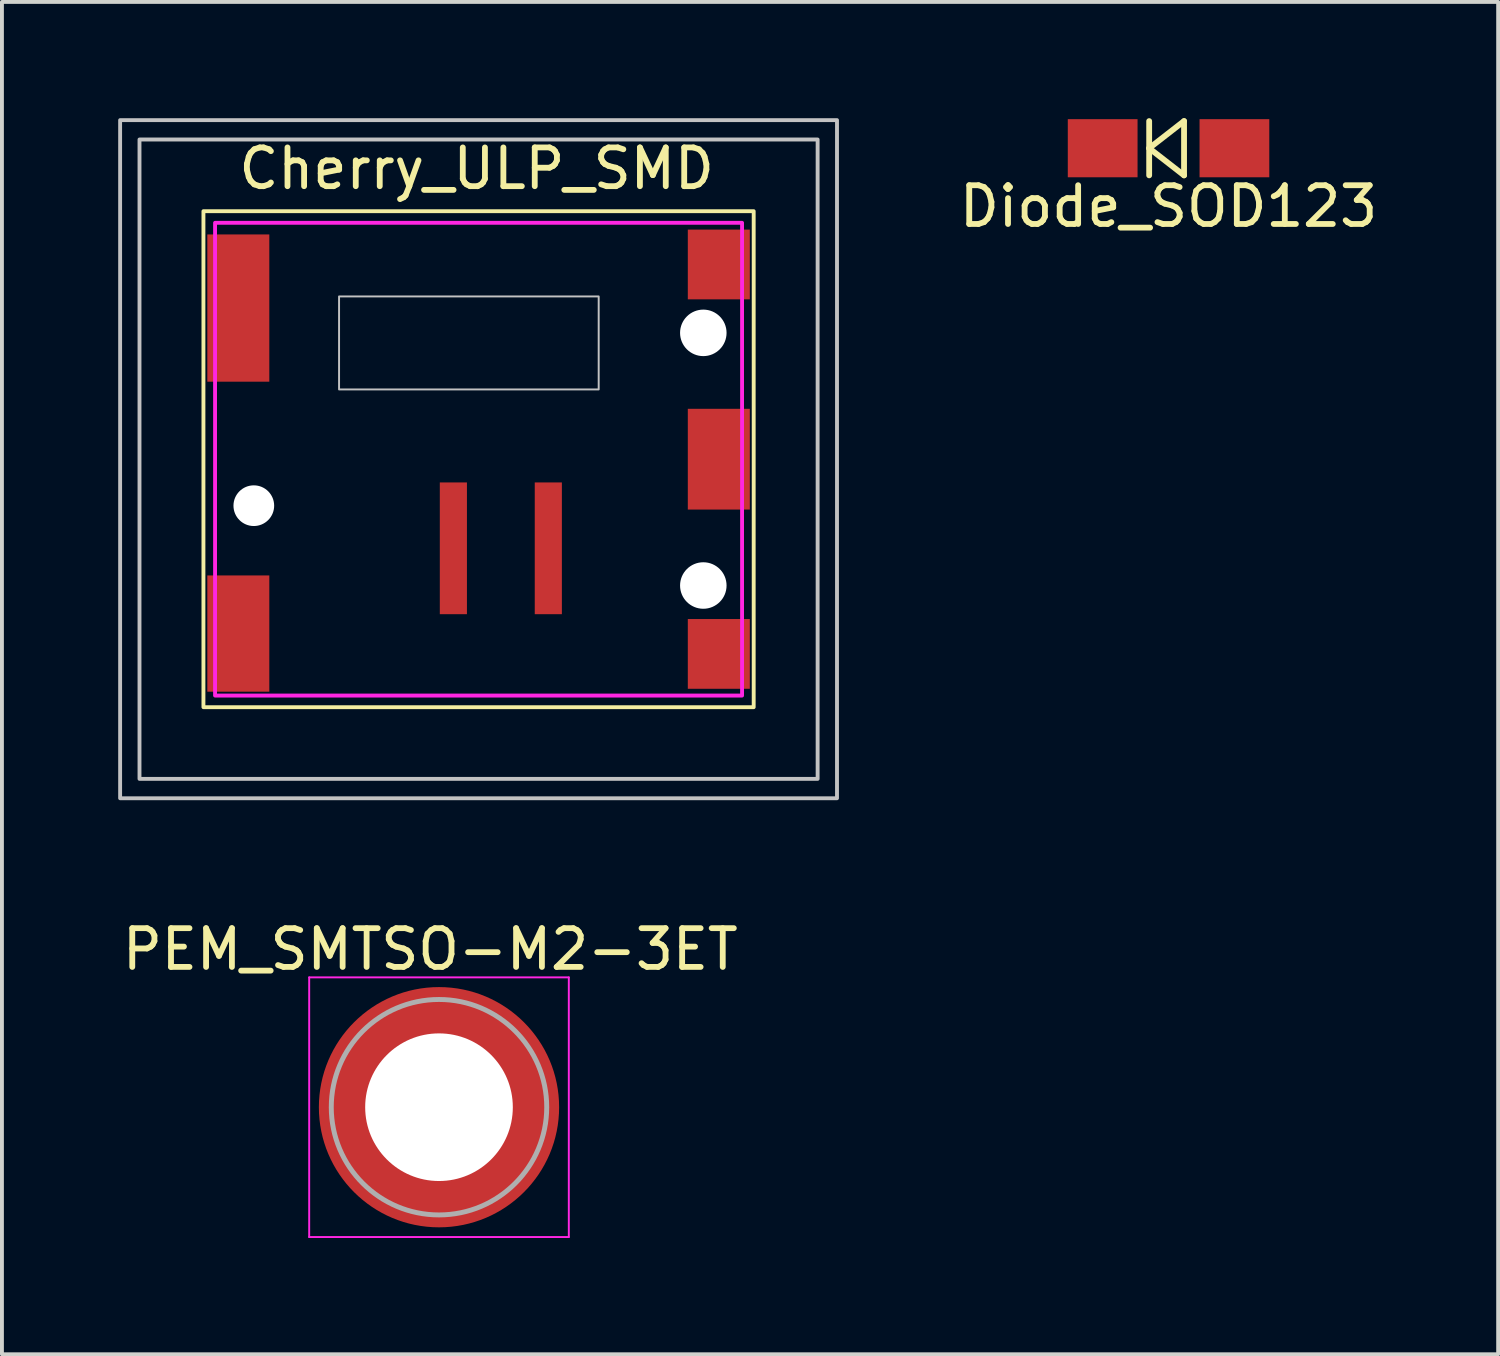
<source format=kicad_pcb>
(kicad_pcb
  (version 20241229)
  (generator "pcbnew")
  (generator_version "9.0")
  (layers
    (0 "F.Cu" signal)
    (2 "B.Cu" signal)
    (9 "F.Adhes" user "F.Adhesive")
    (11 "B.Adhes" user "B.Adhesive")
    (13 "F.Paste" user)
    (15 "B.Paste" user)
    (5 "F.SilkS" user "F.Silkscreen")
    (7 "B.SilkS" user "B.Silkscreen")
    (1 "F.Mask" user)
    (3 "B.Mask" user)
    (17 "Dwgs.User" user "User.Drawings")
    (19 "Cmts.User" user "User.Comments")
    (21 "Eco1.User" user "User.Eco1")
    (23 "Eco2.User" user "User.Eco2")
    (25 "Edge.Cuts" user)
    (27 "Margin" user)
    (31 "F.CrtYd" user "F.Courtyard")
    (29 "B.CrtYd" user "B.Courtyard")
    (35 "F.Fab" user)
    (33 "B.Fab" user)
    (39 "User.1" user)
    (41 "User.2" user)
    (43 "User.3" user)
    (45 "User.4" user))
  (footprint "Cherry_ULP_SMD"
    (layer "F.Cu")
    (at 9.3 8.8)
    (property "Reference" "Cherry_ULP_SMD" (at -0.05 -7.5 0) (unlocked yes) (layer "F.SilkS") (effects (font (size 1 1) (thickness 0.15))))
    (attr smd)
    (fp_rect (start -7.1 -6.4) (end 7.1 6.4) (stroke (width 0.1) (type solid)) (fill no) (layer "F.SilkS"))
    (fp_rect (start -9.25 -8.75) (end 9.25 8.75) (stroke (width 0.1) (type solid)) (fill no) (layer "Dwgs.User"))
    (fp_rect (start -8.75 -8.25) (end 8.75 8.25) (stroke (width 0.1) (type solid)) (fill no) (layer "Dwgs.User"))
    (fp_rect (start -3.6 -1.8) (end 3.1 -4.2) (stroke (width 0.05) (type solid)) (fill no) (layer "Dwgs.User"))
    (fp_rect (start -6.8 -6.1) (end 6.8 6.1) (stroke (width 0.1) (type solid)) (fill no) (layer "F.CrtYd"))
    (pad "" np_thru_hole circle (at -5.8 1.2) (size 1.05 1.05) (drill 1.05) (layers "*.Cu" "*.Mask"))
    (pad "" np_thru_hole circle (at 5.8 -3.26) (size 1.2 1.2) (drill 1.2) (layers "*.Cu" "*.Mask"))
    (pad "" np_thru_hole circle (at 5.8 3.26) (size 1.2 1.2) (drill 1.2) (layers "*.Cu" "*.Mask"))
    (pad "1" smd rect (at -0.65 2.3) (size 0.7 3.4) (layers "F.Cu" "F.Mask" "F.Paste"))
    (pad "2" smd rect (at 1.8 2.3) (size 0.7 3.4) (layers "F.Cu" "F.Mask" "F.Paste"))
    (pad "3" smd rect (at -6.2 -3.9) (size 1.6 3.8) (layers "F.Cu" "F.Mask" "F.Paste"))
    (pad "3" smd rect (at -6.2 4.5) (size 1.6 3) (layers "F.Cu" "F.Mask" "F.Paste"))
    (pad "3" smd rect (at 6.2 -5.025) (size 1.6 1.8) (layers "F.Cu" "F.Mask" "F.Paste"))
    (pad "3" smd rect (at 6.2 0) (size 1.6 2.6) (layers "F.Cu" "F.Mask" "F.Paste"))
    (pad "3" smd rect (at 6.2 5.025) (size 1.6 1.8) (layers "F.Cu" "F.Mask" "F.Paste"))
    (zone (net_name "") (layer "Dwgs.User") (hatch edge 0.508) (connect_pads) (min_thickness 0.254) (filled_areas_thickness no) (keepout (tracks not_allowed) (vias not_allowed) (pads not_allowed) (copperpour not_allowed) (footprints allowed)) (placement (enabled no)) (fill) (polygon (pts (xy 8.1 13) (xy 4.3 13) (xy 4.3 11) (xy 8.1 11)))))
  (footprint "PEM_SMTSO-M2-3ET"
    (layer "F.Cu")
    (at 8.279 25.523)
    (property "Reference" "PEM_SMTSO-M2-3ET" (at -0.225 -4.075 0) (layer "F.SilkS") (effects (font (size 1 1) (thickness 0.15))))
    (attr through_hole)
    (fp_circle (center -2.502 0) (end -2.204 0) (stroke (width 0.598) (type solid)) (fill no) (layer "F.Paste"))
    (fp_circle (center -1.77 -1.77) (end -1.471 -1.77) (stroke (width 0.598) (type solid)) (fill no) (layer "F.Paste"))
    (fp_circle (center -1.77 1.77) (end -1.471 1.77) (stroke (width 0.598) (type solid)) (fill no) (layer "F.Paste"))
    (fp_circle (center 0 -2.502) (end 0.299 -2.502) (stroke (width 0.598) (type solid)) (fill no) (layer "F.Paste"))
    (fp_circle (center 0 2.502) (end 0.299 2.502) (stroke (width 0.598) (type solid)) (fill no) (layer "F.Paste"))
    (fp_circle (center 1.77 -1.77) (end 2.068 -1.77) (stroke (width 0.598) (type solid)) (fill no) (layer "F.Paste"))
    (fp_circle (center 1.77 1.77) (end 2.068 1.77) (stroke (width 0.598) (type solid)) (fill no) (layer "F.Paste"))
    (fp_circle (center 2.502 0) (end 2.801 0) (stroke (width 0.598) (type solid)) (fill no) (layer "F.Paste"))
    (fp_line (start -3.35 -3.35) (end 3.35 -3.35) (stroke (width 0.05) (type solid)) (layer "F.CrtYd"))
    (fp_line (start -3.35 3.35) (end -3.35 -3.35) (stroke (width 0.05) (type solid)) (layer "F.CrtYd"))
    (fp_line (start 3.35 -3.35) (end 3.35 3.35) (stroke (width 0.05) (type solid)) (layer "F.CrtYd"))
    (fp_line (start 3.35 3.35) (end -3.35 3.35) (stroke (width 0.05) (type solid)) (layer "F.CrtYd"))
    (fp_circle (center 0 0) (end 2.78 0) (stroke (width 0.127) (type solid)) (fill no) (layer "F.Fab"))
    (pad "" np_thru_hole circle (at 0 0) (size 6.2 6.2) (drill 3.81) (layers "F.Cu" "F.Mask")))
  (footprint "Diode_SOD123"
    (placed yes)
    (layer "F.Cu")
    (at 27.106 0.775)
    (property "Reference" "Diode_SOD123" (at 0 1.5 0) (layer "F.SilkS") (effects (font (size 1 1) (thickness 0.15))))
    (attr through_hole)
    (fp_line (start -0.5 -0.7) (end -0.5 0.7) (stroke (width 0.15) (type solid)) (layer "F.SilkS"))
    (fp_line (start -0.5 0) (end 0.4 -0.7) (stroke (width 0.15) (type solid)) (layer "F.SilkS"))
    (fp_line (start 0.4 -0.7) (end 0.4 0.7) (stroke (width 0.15) (type solid)) (layer "F.SilkS"))
    (fp_line (start 0.4 0.7) (end -0.5 0) (stroke (width 0.15) (type solid)) (layer "F.SilkS"))
    (pad "1" smd rect (at -1.7 0) (size 1.8 1.5) (layers "F.Cu" "F.Mask" "F.Paste"))
    (pad "2" smd rect (at 1.7 0) (size 1.8 1.5) (layers "F.Cu" "F.Mask" "F.Paste")))
  (gr_rect
    (start -3 -3)
    (end 35.612 31.898)
    (stroke (width 0.1) (type default))
    (fill no)
    (layer "Edge.Cuts")))
</source>
